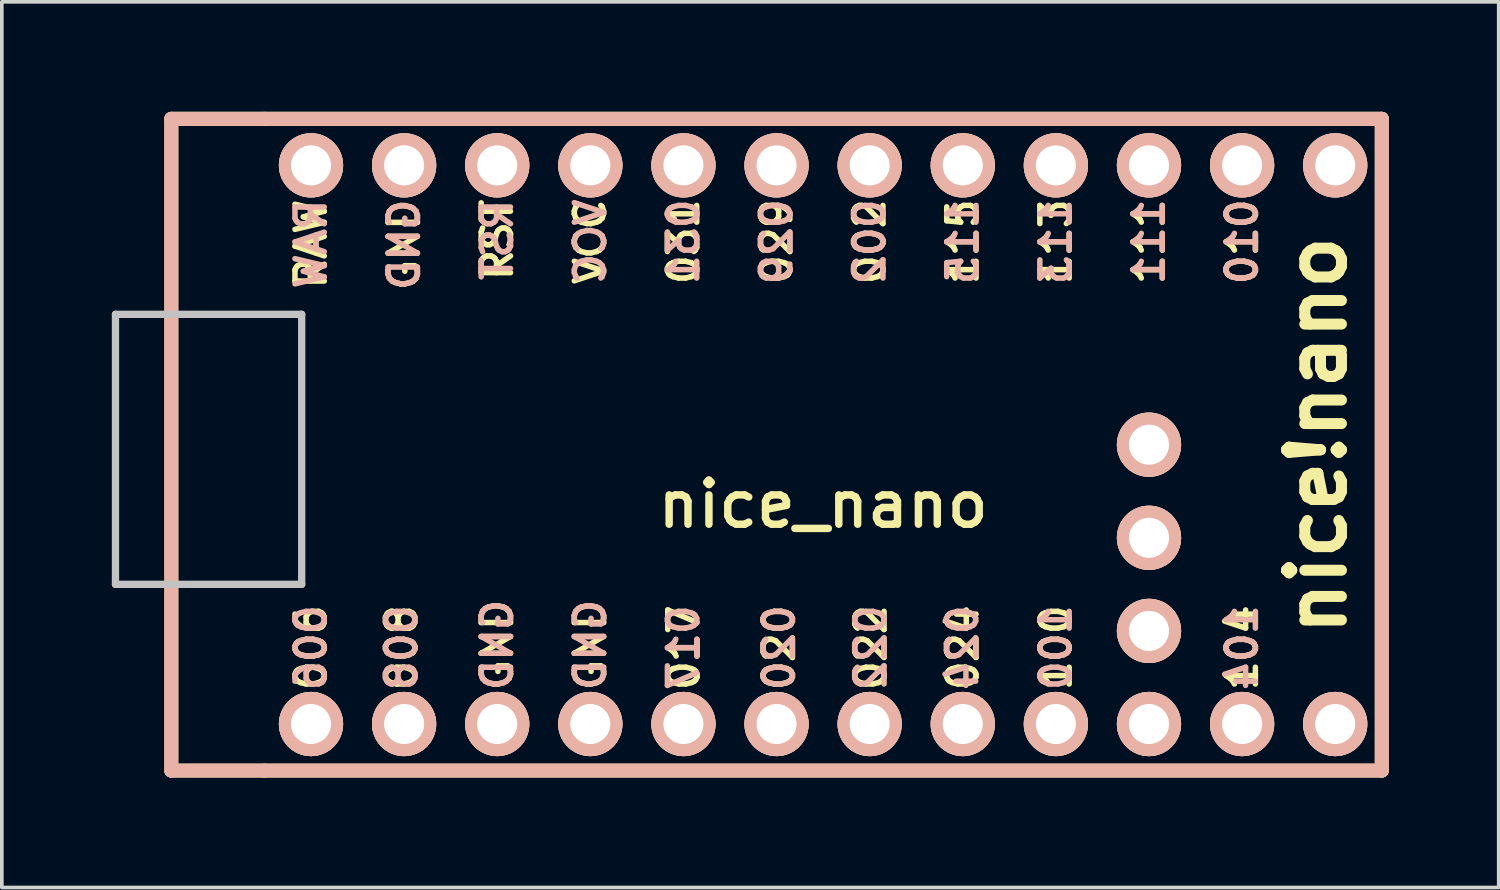
<source format=kicad_pcb>
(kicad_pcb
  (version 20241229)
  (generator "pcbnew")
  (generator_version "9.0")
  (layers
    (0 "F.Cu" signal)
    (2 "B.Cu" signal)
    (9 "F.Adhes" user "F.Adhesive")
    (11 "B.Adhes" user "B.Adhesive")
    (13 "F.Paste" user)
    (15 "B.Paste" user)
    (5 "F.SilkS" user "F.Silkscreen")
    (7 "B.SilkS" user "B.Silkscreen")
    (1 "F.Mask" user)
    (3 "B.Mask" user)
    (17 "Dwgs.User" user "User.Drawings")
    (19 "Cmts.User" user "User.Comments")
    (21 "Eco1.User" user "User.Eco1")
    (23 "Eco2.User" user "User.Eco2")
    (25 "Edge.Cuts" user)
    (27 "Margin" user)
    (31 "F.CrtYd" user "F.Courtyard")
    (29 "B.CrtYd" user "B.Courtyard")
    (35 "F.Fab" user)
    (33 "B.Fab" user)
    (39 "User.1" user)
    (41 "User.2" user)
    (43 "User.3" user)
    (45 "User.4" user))
  (footprint "nice_nano"
    (layer "F.Cu")
    (at 19.404 9.081)
    (property "Reference" "nice_nano" (at 0 1.625 0) (layer "F.SilkS") (effects (font (size 1.2 1.2) (thickness 0.203))))
    (attr through_hole)
    (fp_line (start -17.78 -8.89) (end -17.78 8.89) (stroke (width 0.381) (type solid)) (layer "F.SilkS"))
    (fp_line (start -17.78 8.89) (end -15.24 8.89) (stroke (width 0.381) (type solid)) (layer "F.SilkS"))
    (fp_line (start -15.24 -8.89) (end -17.78 -8.89) (stroke (width 0.381) (type solid)) (layer "F.SilkS"))
    (fp_line (start -15.24 8.89) (end 15.24 8.89) (stroke (width 0.381) (type solid)) (layer "F.SilkS"))
    (fp_line (start 15.24 -8.89) (end -15.24 -8.89) (stroke (width 0.381) (type solid)) (layer "F.SilkS"))
    (fp_line (start 15.24 8.89) (end 15.24 -8.89) (stroke (width 0.381) (type solid)) (layer "F.SilkS"))
    (fp_line (start -17.78 -8.89) (end -17.78 8.89) (stroke (width 0.381) (type solid)) (layer "B.SilkS"))
    (fp_line (start -17.78 8.89) (end 15.24 8.89) (stroke (width 0.381) (type solid)) (layer "B.SilkS"))
    (fp_line (start 15.24 -8.89) (end -17.78 -8.89) (stroke (width 0.381) (type solid)) (layer "B.SilkS"))
    (fp_line (start 15.24 8.89) (end 15.24 -8.89) (stroke (width 0.381) (type solid)) (layer "B.SilkS"))
    (fp_line (start -19.304 -3.556) (end -14.224 -3.556) (stroke (width 0.2) (type solid)) (layer "Dwgs.User"))
    (fp_line (start -19.304 3.81) (end -19.304 -3.556) (stroke (width 0.2) (type solid)) (layer "Dwgs.User"))
    (fp_line (start -14.224 -3.556) (end -14.224 3.81) (stroke (width 0.2) (type solid)) (layer "Dwgs.User"))
    (fp_line (start -14.224 3.81) (end -19.304 3.81) (stroke (width 0.2) (type solid)) (layer "Dwgs.User"))
    (fp_text user "VCC" (at -6.35 -5.537 90) (layer "F.SilkS") (effects (font (size 0.8 0.8) (thickness 0.15))))
    (fp_text user "022" (at 1.3 5.537 90) (layer "F.SilkS") (effects (font (size 0.8 0.8) (thickness 0.15))))
    (fp_text user "024" (at 3.81 5.537 90) (layer "F.SilkS") (effects (font (size 0.8 0.8) (thickness 0.15))))
    (fp_text user "100" (at 6.35 5.537 90) (layer "F.SilkS") (effects (font (size 0.8 0.8) (thickness 0.15))))
    (fp_text user "017" (at -3.8 5.537 90) (layer "F.SilkS") (effects (font (size 0.8 0.8) (thickness 0.15))))
    (fp_text user "008" (at -11.5 5.537 90) (layer "F.SilkS") (effects (font (size 0.8 0.8) (thickness 0.15))))
    (fp_text user "031" (at -3.81 -5.537 90) (layer "F.SilkS") (effects (font (size 0.8 0.8) (thickness 0.15))))
    (fp_text user "nice!nano" (at 13.462 -0.254 90) (layer "F.SilkS") (effects (font (size 1.5 1.5) (thickness 0.3))))
    (fp_text user "RAW" (at -13.97 -5.474 90) (layer "F.SilkS") (effects (font (size 0.8 0.8) (thickness 0.15))))
    (fp_text user "104" (at 11.43 5.537 90) (layer "F.SilkS") (effects (font (size 0.8 0.8) (thickness 0.15))))
    (fp_text user "GND" (at -6.35 5.461 90) (layer "F.SilkS") (effects (font (size 0.8 0.8) (thickness 0.15))))
    (fp_text user "GND" (at -11.43 -5.455 90) (layer "F.SilkS") (effects (font (size 0.8 0.8) (thickness 0.15))))
    (fp_text user "006" (at -13.97 5.537 90) (layer "F.SilkS") (effects (font (size 0.8 0.8) (thickness 0.15))))
    (fp_text user "002" (at 1.27 -5.537 90) (layer "F.SilkS") (effects (font (size 0.8 0.8) (thickness 0.15))))
    (fp_text user "113" (at 6.35 -5.537 90) (layer "F.SilkS") (effects (font (size 0.8 0.8) (thickness 0.15))))
    (fp_text user "RST" (at -8.89 -5.588 90) (layer "F.SilkS") (effects (font (size 0.8 0.8) (thickness 0.15))))
    (fp_text user "GND" (at -8.89 5.461 90) (layer "F.SilkS") (effects (font (size 0.8 0.8) (thickness 0.15))))
    (fp_text user "111" (at 8.89 -5.537 90) (layer "F.SilkS") (effects (font (size 0.8 0.8) (thickness 0.15))))
    (fp_text user "020" (at -1.2 5.537 90) (layer "F.SilkS") (effects (font (size 0.8 0.8) (thickness 0.15))))
    (fp_text user "115" (at 3.81 -5.537 90) (layer "F.SilkS") (effects (font (size 0.8 0.8) (thickness 0.15))))
    (fp_text user "029" (at -1.27 -5.537 90) (layer "F.SilkS") (effects (font (size 0.8 0.8) (thickness 0.15))))
    (fp_text user "010" (at 11.43 -5.537 90) (layer "F.SilkS") (effects (font (size 0.8 0.8) (thickness 0.15))))
    (fp_text user "100" (at 6.35 5.537 90) (layer "B.SilkS") (effects (font (size 0.8 0.8) (thickness 0.15)) (justify mirror)))
    (fp_text user "113" (at 6.35 -5.537 90) (layer "B.SilkS") (effects (font (size 0.8 0.8) (thickness 0.15)) (justify mirror)))
    (fp_text user "029" (at -1.27 -5.537 90) (layer "B.SilkS") (effects (font (size 0.8 0.8) (thickness 0.15)) (justify mirror)))
    (fp_text user "VCC" (at -6.35 -5.537 90) (layer "B.SilkS") (effects (font (size 0.8 0.8) (thickness 0.15)) (justify mirror)))
    (fp_text user "020" (at -1.2 5.537 90) (layer "B.SilkS") (effects (font (size 0.8 0.8) (thickness 0.15)) (justify mirror)))
    (fp_text user "111" (at 8.89 -5.537 90) (layer "B.SilkS") (effects (font (size 0.8 0.8) (thickness 0.15)) (justify mirror)))
    (fp_text user "002" (at 1.27 -5.537 90) (layer "B.SilkS") (effects (font (size 0.8 0.8) (thickness 0.15)) (justify mirror)))
    (fp_text user "031" (at -3.81 -5.537 90) (layer "B.SilkS") (effects (font (size 0.8 0.8) (thickness 0.15)) (justify mirror)))
    (fp_text user "GND" (at -6.35 5.461 90) (layer "B.SilkS") (effects (font (size 0.8 0.8) (thickness 0.15)) (justify mirror)))
    (fp_text user "104" (at 11.43 5.537 90) (layer "B.SilkS") (effects (font (size 0.8 0.8) (thickness 0.15)) (justify mirror)))
    (fp_text user "010" (at 11.43 -5.537 90) (layer "B.SilkS") (effects (font (size 0.8 0.8) (thickness 0.15)) (justify mirror)))
    (fp_text user "GND" (at -11.43 -5.455 90) (layer "B.SilkS") (effects (font (size 0.8 0.8) (thickness 0.15)) (justify mirror)))
    (fp_text user "008" (at -11.5 5.537 90) (layer "B.SilkS") (effects (font (size 0.8 0.8) (thickness 0.15)) (justify mirror)))
    (fp_text user "RAW" (at -13.97 -5.474 90) (layer "B.SilkS") (effects (font (size 0.8 0.8) (thickness 0.15)) (justify mirror)))
    (fp_text user "115" (at 3.81 -5.537 90) (layer "B.SilkS") (effects (font (size 0.8 0.8) (thickness 0.15)) (justify mirror)))
    (fp_text user "024" (at 3.8 5.537 90) (layer "B.SilkS") (effects (font (size 0.8 0.8) (thickness 0.15)) (justify mirror)))
    (fp_text user "006" (at -13.97 5.537 90) (layer "B.SilkS") (effects (font (size 0.8 0.8) (thickness 0.15)) (justify mirror)))
    (fp_text user "017" (at -3.81 5.537 90) (layer "B.SilkS") (effects (font (size 0.8 0.8) (thickness 0.15)) (justify mirror)))
    (fp_text user "GND" (at -8.89 5.461 90) (layer "B.SilkS") (effects (font (size 0.8 0.8) (thickness 0.15)) (justify mirror)))
    (fp_text user "022" (at 1.3 5.537 90) (layer "B.SilkS") (effects (font (size 0.8 0.8) (thickness 0.15)) (justify mirror)))
    (fp_text user "RST" (at -8.89 -5.588 90) (layer "B.SilkS") (effects (font (size 0.8 0.8) (thickness 0.15)) (justify mirror)))
    (pad "1" thru_hole circle (at -13.97 7.62) (size 1.753 1.753) (drill 1.092) (layers "*.Cu" "*.SilkS" "*.Mask"))
    (pad "2" thru_hole circle (at -11.43 7.62) (size 1.753 1.753) (drill 1.092) (layers "*.Cu" "*.SilkS" "*.Mask"))
    (pad "3" thru_hole circle (at -8.89 7.62) (size 1.753 1.753) (drill 1.092) (layers "*.Cu" "*.SilkS" "*.Mask"))
    (pad "4" thru_hole circle (at -6.35 7.62) (size 1.753 1.753) (drill 1.092) (layers "*.Cu" "*.SilkS" "*.Mask"))
    (pad "5" thru_hole circle (at -3.81 7.62) (size 1.753 1.753) (drill 1.092) (layers "*.Cu" "*.SilkS" "*.Mask"))
    (pad "6" thru_hole circle (at -1.27 7.62) (size 1.753 1.753) (drill 1.092) (layers "*.Cu" "*.SilkS" "*.Mask"))
    (pad "7" thru_hole circle (at 1.27 7.62) (size 1.753 1.753) (drill 1.092) (layers "*.Cu" "*.SilkS" "*.Mask"))
    (pad "8" thru_hole circle (at 3.81 7.62) (size 1.753 1.753) (drill 1.092) (layers "*.Cu" "*.SilkS" "*.Mask"))
    (pad "9" thru_hole circle (at 6.35 7.62) (size 1.753 1.753) (drill 1.092) (layers "*.Cu" "*.SilkS" "*.Mask"))
    (pad "10" thru_hole circle (at 8.89 7.62) (size 1.753 1.753) (drill 1.092) (layers "*.Cu" "*.SilkS" "*.Mask"))
    (pad "11" thru_hole circle (at 11.43 7.62) (size 1.753 1.753) (drill 1.092) (layers "*.Cu" "*.SilkS" "*.Mask"))
    (pad "12" thru_hole circle (at 13.97 7.62) (size 1.753 1.753) (drill 1.092) (layers "*.Cu" "*.SilkS" "*.Mask"))
    (pad "13" thru_hole circle (at 13.97 -7.62) (size 1.753 1.753) (drill 1.092) (layers "*.Cu" "*.SilkS" "*.Mask"))
    (pad "14" thru_hole circle (at 11.43 -7.62) (size 1.753 1.753) (drill 1.092) (layers "*.Cu" "*.SilkS" "*.Mask"))
    (pad "15" thru_hole circle (at 8.89 -7.62) (size 1.753 1.753) (drill 1.092) (layers "*.Cu" "*.SilkS" "*.Mask"))
    (pad "16" thru_hole circle (at 6.35 -7.62) (size 1.753 1.753) (drill 1.092) (layers "*.Cu" "*.SilkS" "*.Mask"))
    (pad "17" thru_hole circle (at 3.81 -7.62) (size 1.753 1.753) (drill 1.092) (layers "*.Cu" "*.SilkS" "*.Mask"))
    (pad "18" thru_hole circle (at 1.27 -7.62) (size 1.753 1.753) (drill 1.092) (layers "*.Cu" "*.SilkS" "*.Mask"))
    (pad "19" thru_hole circle (at -1.27 -7.62) (size 1.753 1.753) (drill 1.092) (layers "*.Cu" "*.SilkS" "*.Mask"))
    (pad "20" thru_hole circle (at -3.81 -7.62) (size 1.753 1.753) (drill 1.092) (layers "*.Cu" "*.SilkS" "*.Mask"))
    (pad "21" thru_hole circle (at -6.35 -7.62) (size 1.753 1.753) (drill 1.092) (layers "*.Cu" "*.SilkS" "*.Mask"))
    (pad "22" thru_hole circle (at -8.89 -7.62) (size 1.753 1.753) (drill 1.092) (layers "*.Cu" "*.SilkS" "*.Mask"))
    (pad "23" thru_hole circle (at -11.43 -7.62) (size 1.753 1.753) (drill 1.092) (layers "*.Cu" "*.SilkS" "*.Mask"))
    (pad "24" thru_hole circle (at -13.97 -7.62) (size 1.753 1.753) (drill 1.092) (layers "*.Cu" "*.SilkS" "*.Mask"))
    (pad "31" thru_hole circle (at 8.89 5.08) (size 1.753 1.753) (drill 1.092) (layers "*.Cu" "*.SilkS" "*.Mask"))
    (pad "32" thru_hole circle (at 8.89 2.54) (size 1.753 1.753) (drill 1.092) (layers "*.Cu" "*.SilkS" "*.Mask"))
    (pad "33" thru_hole circle (at 8.89 0) (size 1.753 1.753) (drill 1.092) (layers "*.Cu" "*.SilkS" "*.Mask")))
  (gr_rect
    (start -3 -3)
    (end 37.834 21.161)
    (stroke (width 0.1) (type default))
    (fill no)
    (layer "Edge.Cuts")))
</source>
